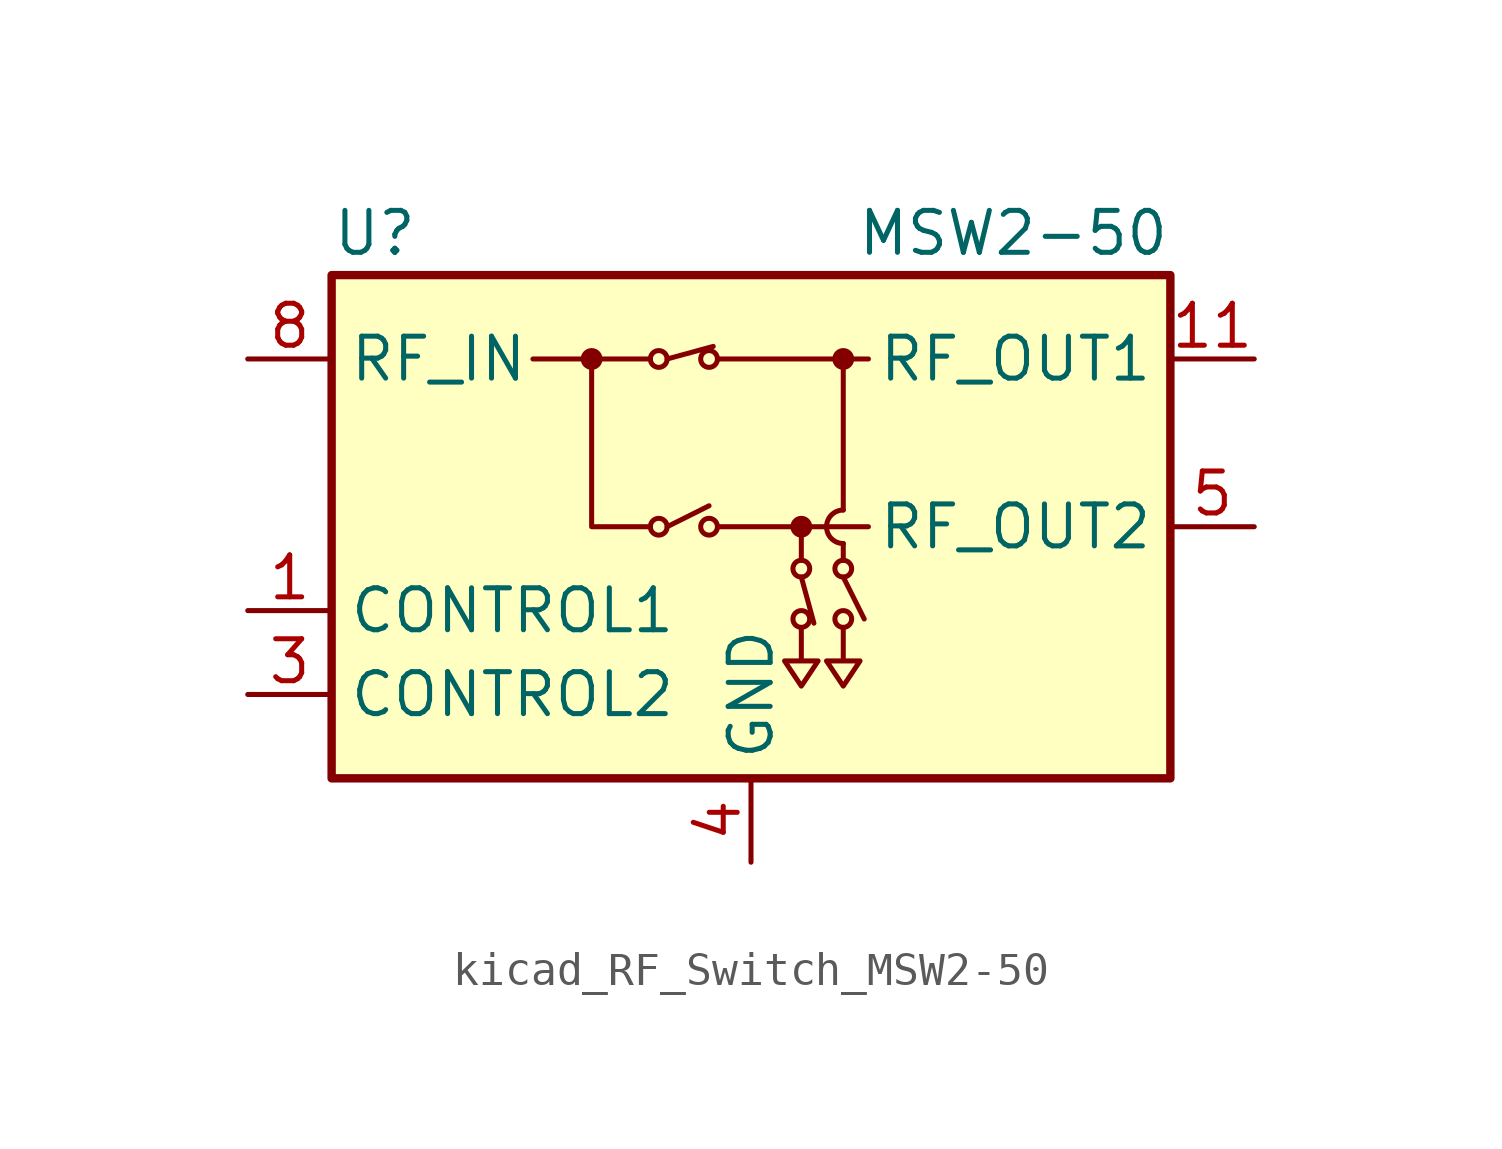
<source format=kicad_sym>
(kicad_symbol_lib
  (version 20220914)
  (generator kicad_symbol_editor)
  (symbol "kicad_RF_Switch_MSW2-50"
    (property "Reference" "U"
      (at -12.7 8.89 0)
      (effects (font (size 1.27 1.27)) (justify left)))
    (property "Value" "MSW2-50"
      (at 12.7 8.89 0)
      (effects (font (size 1.27 1.27)) (justify right)))
    (symbol "kicad_RF_Switch_MSW2-50_0_1"
      (rectangle (start -12.7 7.62) (end 12.7 -7.62) (stroke (width 0.254) (type default)) (fill (type background)))
      (circle (center -4.826 5.08) (radius 0.254) (stroke (width 0) (type default)) (fill (type outline)))
      (circle (center -2.794 0) (radius 0.254) (stroke (width 0) (type default)) (fill (type none)))
      (circle (center -2.794 5.08) (radius 0.254) (stroke (width 0) (type default)) (fill (type none)))
      (circle (center -1.27 0) (radius 0.254) (stroke (width 0) (type default)) (fill (type none)))
      (circle (center -1.27 5.08) (radius 0.254) (stroke (width 0) (type default)) (fill (type none)))
      (polyline (pts (xy -3.048 5.08) (xy -6.604 5.08)) (stroke (width 0) (type default)) (fill (type none)))
      (polyline (pts (xy -2.54 0) (xy -1.27 0.635)) (stroke (width 0) (type default)) (fill (type none)))
      (polyline (pts (xy -2.54 5.08) (xy -1.143 5.461)) (stroke (width 0) (type default)) (fill (type none)))
      (polyline (pts (xy -1.016 0) (xy 3.556 0)) (stroke (width 0) (type default)) (fill (type none)))
      (polyline (pts (xy -1.016 5.08) (xy 3.556 5.08)) (stroke (width 0) (type default)) (fill (type none)))
      (polyline (pts (xy 1.524 -1.524) (xy 1.905 -2.921)) (stroke (width 0) (type default)) (fill (type none)))
      (polyline (pts (xy 1.524 -1.016) (xy 1.524 0)) (stroke (width 0) (type default)) (fill (type none)))
      (polyline (pts (xy 2.794 -1.524) (xy 3.429 -2.794)) (stroke (width 0) (type default)) (fill (type none)))
      (polyline (pts (xy 2.794 -0.508) (xy 2.794 -1.016)) (stroke (width 0) (type default)) (fill (type none)))
      (polyline (pts (xy 2.794 5.08) (xy 2.794 0.508)) (stroke (width 0) (type default)) (fill (type none)))
      (polyline (pts (xy -4.826 5.08) (xy -4.826 0) (xy -3.048 0)) (stroke (width 0) (type default)) (fill (type none)))
      (polyline (pts (xy 1.524 -3.048) (xy 1.524 -4.064) (xy 1.016 -4.064) (xy 1.524 -4.826) (xy 2.032 -4.064) (xy 1.524 -4.064)) (stroke (width 0) (type default)) (fill (type none)))
      (polyline (pts (xy 2.794 -3.048) (xy 2.794 -4.064) (xy 2.286 -4.064) (xy 2.794 -4.826) (xy 3.302 -4.064) (xy 2.794 -4.064)) (stroke (width 0) (type default)) (fill (type none)))
      (circle (center 1.524 -2.794) (radius 0.254) (stroke (width 0) (type default)) (fill (type none)))
      (circle (center 1.524 -1.27) (radius 0.254) (stroke (width 0) (type default)) (fill (type none)))
      (circle (center 1.524 0) (radius 0.254) (stroke (width 0) (type default)) (fill (type outline)))
      (circle (center 2.794 -2.794) (radius 0.254) (stroke (width 0) (type default)) (fill (type none)))
      (circle (center 2.794 -1.27) (radius 0.254) (stroke (width 0) (type default)) (fill (type none)))
      (arc (start 2.794 0.508) (mid 2.2882 0) (end 2.794 -0.508) (stroke (width 0) (type default)) (fill (type none)))
      (circle (center 2.794 5.08) (radius 0.254) (stroke (width 0) (type default)) (fill (type outline))))
    (symbol "kicad_RF_Switch_MSW2-50_1_1"
      (pin input line (at -15.24 -2.54 0) (length 2.54) (name "CONTROL1" (effects (font (size 1.27 1.27)))) (number "1" (effects (font (size 1.27 1.27)))))
      (pin passive line (at 0 -10.16 90) (length 2.54) hide (name "GND" (effects (font (size 1.27 1.27)))) (number "10" (effects (font (size 1.27 1.27)))))
      (pin passive line (at 15.24 5.08 180) (length 2.54) (name "RF_OUT1" (effects (font (size 1.27 1.27)))) (number "11" (effects (font (size 1.27 1.27)))))
      (pin passive line (at 0 -10.16 90) (length 2.54) hide (name "GND" (effects (font (size 1.27 1.27)))) (number "12" (effects (font (size 1.27 1.27)))))
      (pin passive line (at 0 -10.16 90) (length 2.54) hide (name "GND" (effects (font (size 1.27 1.27)))) (number "13" (effects (font (size 1.27 1.27)))))
      (pin no_connect line (at 12.7 -5.08 180) (length 2.54) hide (name "NC" (effects (font (size 1.27 1.27)))) (number "2" (effects (font (size 1.27 1.27)))))
      (pin input line (at -15.24 -5.08 0) (length 2.54) (name "CONTROL2" (effects (font (size 1.27 1.27)))) (number "3" (effects (font (size 1.27 1.27)))))
      (pin power_in line (at 0 -10.16 90) (length 2.54) (name "GND" (effects (font (size 1.27 1.27)))) (number "4" (effects (font (size 1.27 1.27)))))
      (pin passive line (at 15.24 0 180) (length 2.54) (name "RF_OUT2" (effects (font (size 1.27 1.27)))) (number "5" (effects (font (size 1.27 1.27)))))
      (pin passive line (at 0 -10.16 90) (length 2.54) hide (name "GND" (effects (font (size 1.27 1.27)))) (number "6" (effects (font (size 1.27 1.27)))))
      (pin passive line (at 0 -10.16 90) (length 2.54) hide (name "GND" (effects (font (size 1.27 1.27)))) (number "7" (effects (font (size 1.27 1.27)))))
      (pin passive line (at -15.24 5.08 0) (length 2.54) (name "RF_IN" (effects (font (size 1.27 1.27)))) (number "8" (effects (font (size 1.27 1.27)))))
      (pin passive line (at 0 -10.16 90) (length 2.54) hide (name "GND" (effects (font (size 1.27 1.27)))) (number "9" (effects (font (size 1.27 1.27))))))))
</source>
